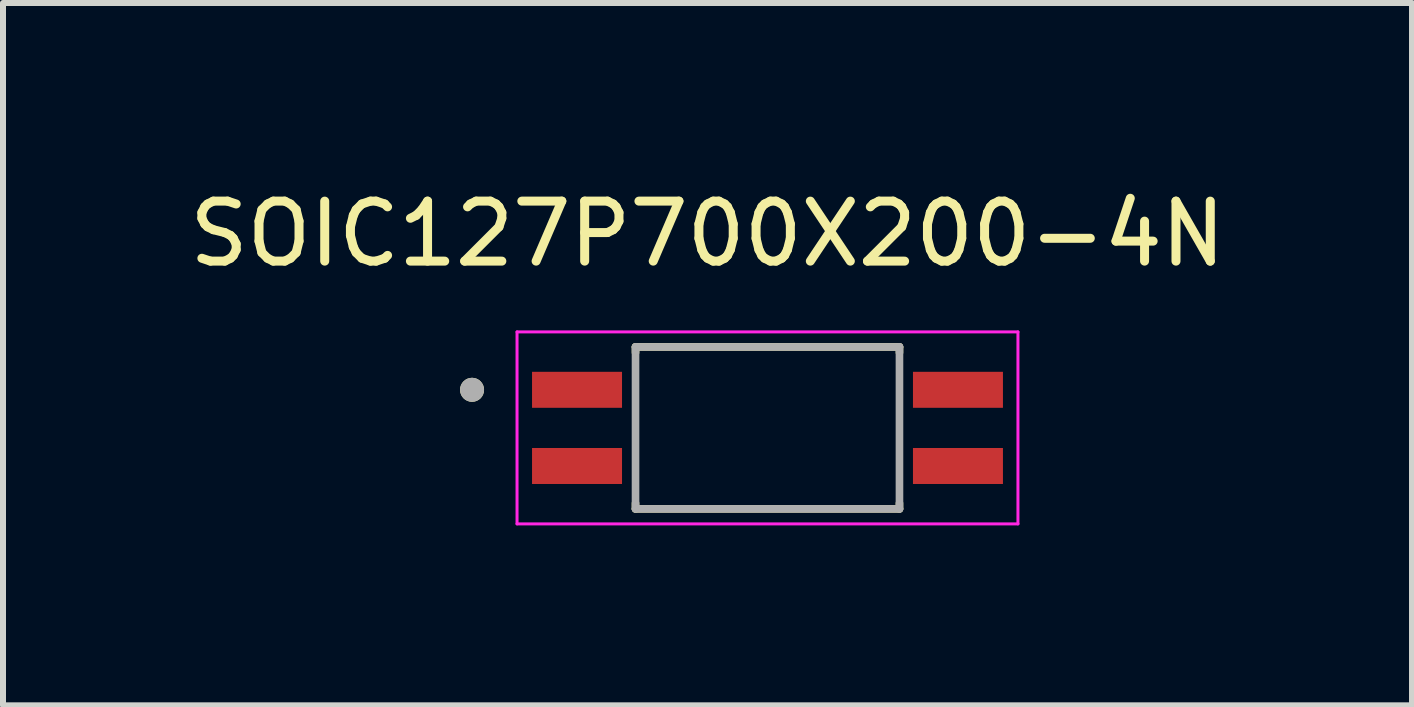
<source format=kicad_pcb>
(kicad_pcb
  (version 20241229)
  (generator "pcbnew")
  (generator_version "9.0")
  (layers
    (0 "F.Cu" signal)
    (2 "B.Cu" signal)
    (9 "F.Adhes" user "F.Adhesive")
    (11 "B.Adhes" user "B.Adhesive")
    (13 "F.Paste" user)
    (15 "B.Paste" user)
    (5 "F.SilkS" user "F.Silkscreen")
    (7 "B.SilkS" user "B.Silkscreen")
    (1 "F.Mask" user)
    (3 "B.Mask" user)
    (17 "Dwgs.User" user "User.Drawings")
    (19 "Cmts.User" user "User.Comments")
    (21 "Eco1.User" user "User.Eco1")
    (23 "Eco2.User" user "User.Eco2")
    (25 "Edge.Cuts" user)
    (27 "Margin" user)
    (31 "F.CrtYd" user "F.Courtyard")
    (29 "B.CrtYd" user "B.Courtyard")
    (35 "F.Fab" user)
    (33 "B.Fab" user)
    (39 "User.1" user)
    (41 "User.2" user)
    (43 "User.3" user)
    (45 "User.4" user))
  (footprint "SOIC127P700X200-4N"
    (layer "F.Cu")
    (at 9.744 4.083)
    (property "Reference" "SOIC127P700X200-4N" (at -1 -3.235 0) (layer "F.SilkS") (effects (font (size 1 1) (thickness 0.15))))
    (attr smd)
    (fp_line (start -2.2 -1.35) (end -2.2 -1.255) (stroke (width 0.127) (type solid)) (layer "F.SilkS"))
    (fp_line (start -2.2 1.35) (end -2.2 1.255) (stroke (width 0.127) (type solid)) (layer "F.SilkS"))
    (fp_line (start -2.2 1.35) (end 2.2 1.35) (stroke (width 0.127) (type solid)) (layer "F.SilkS"))
    (fp_line (start 2.2 -1.35) (end -2.2 -1.35) (stroke (width 0.127) (type solid)) (layer "F.SilkS"))
    (fp_line (start 2.2 -1.255) (end 2.2 -1.35) (stroke (width 0.127) (type solid)) (layer "F.SilkS"))
    (fp_line (start 2.2 1.35) (end 2.2 1.255) (stroke (width 0.127) (type solid)) (layer "F.SilkS"))
    (fp_circle (center -4.925 -0.635) (end -4.825 -0.635) (stroke (width 0.2) (type solid)) (fill no) (layer "F.SilkS"))
    (fp_line (start -4.175 -1.6) (end -4.175 1.6) (stroke (width 0.05) (type solid)) (layer "F.CrtYd"))
    (fp_line (start -4.175 1.6) (end 4.175 1.6) (stroke (width 0.05) (type solid)) (layer "F.CrtYd"))
    (fp_line (start 4.175 -1.6) (end -4.175 -1.6) (stroke (width 0.05) (type solid)) (layer "F.CrtYd"))
    (fp_line (start 4.175 1.6) (end 4.175 -1.6) (stroke (width 0.05) (type solid)) (layer "F.CrtYd"))
    (fp_line (start -2.2 -1.35) (end -2.2 1.35) (stroke (width 0.127) (type solid)) (layer "F.Fab"))
    (fp_line (start -2.2 1.35) (end 2.2 1.35) (stroke (width 0.127) (type solid)) (layer "F.Fab"))
    (fp_line (start 2.2 -1.35) (end -2.2 -1.35) (stroke (width 0.127) (type solid)) (layer "F.Fab"))
    (fp_line (start 2.2 1.35) (end 2.2 -1.35) (stroke (width 0.127) (type solid)) (layer "F.Fab"))
    (fp_circle (center -4.925 -0.635) (end -4.825 -0.635) (stroke (width 0.2) (type solid)) (fill no) (layer "F.Fab"))
    (pad "1" smd rect (at -3.175 -0.635) (size 1.5 0.6) (layers "F.Cu" "F.Mask" "F.Paste"))
    (pad "2" smd rect (at -3.175 0.635) (size 1.5 0.6) (layers "F.Cu" "F.Mask" "F.Paste"))
    (pad "3" smd rect (at 3.175 0.635) (size 1.5 0.6) (layers "F.Cu" "F.Mask" "F.Paste"))
    (pad "4" smd rect (at 3.175 -0.635) (size 1.5 0.6) (layers "F.Cu" "F.Mask" "F.Paste")))
  (gr_rect
    (start -3 -3)
    (end 20.488 8.708)
    (stroke (width 0.1) (type default))
    (fill no)
    (layer "Edge.Cuts")))
</source>
